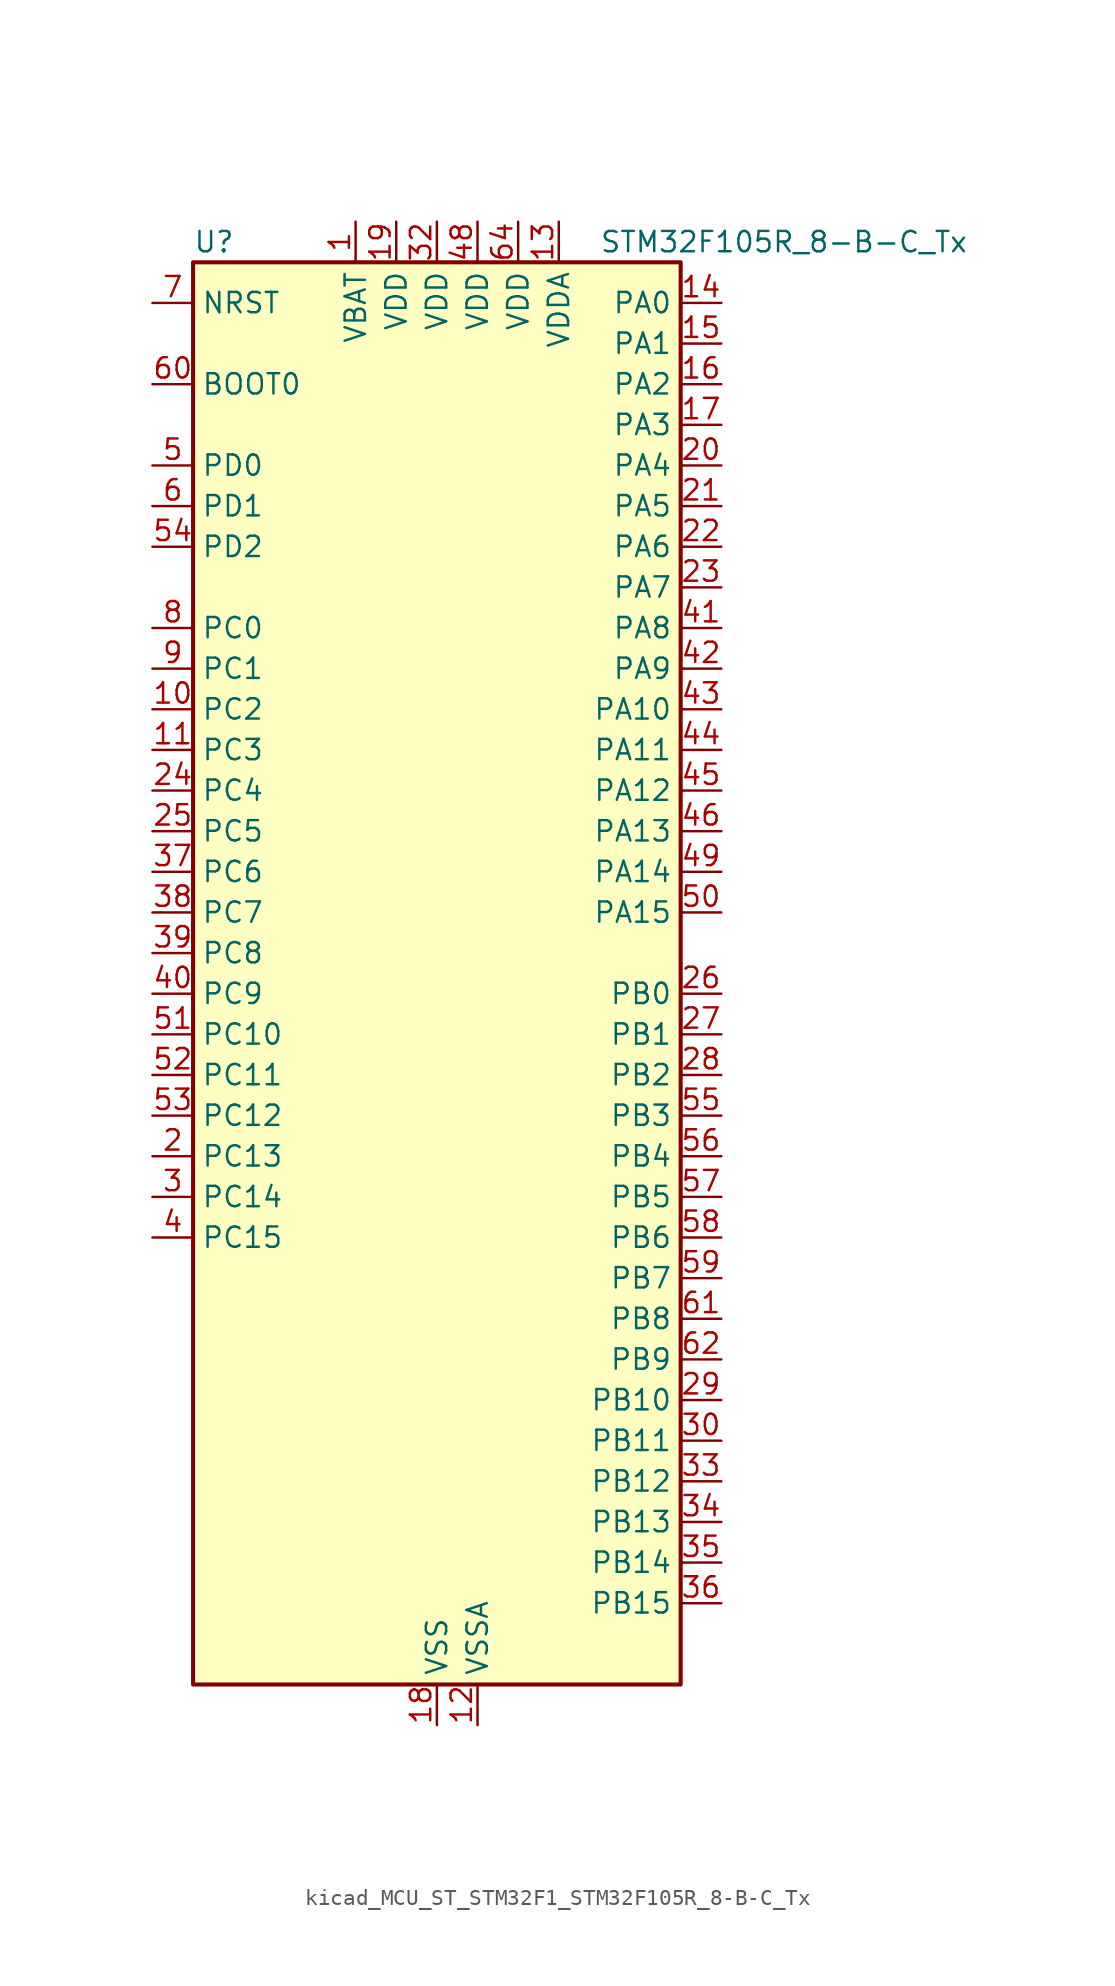
<source format=kicad_sym>
(kicad_symbol_lib
  (version 20220914)
  (generator kicad_symbol_editor)
  (symbol "kicad_MCU_ST_STM32F1_STM32F105R_8-B-C_Tx"
    (property "Reference" "U"
      (at -15.24 46.99 0)
      (effects (font (size 1.27 1.27)) (justify left)))
    (property "Value" "STM32F105R_8-B-C_Tx"
      (at 10.16 46.99 0)
      (effects (font (size 1.27 1.27)) (justify left)))
    (property "ki_locked" ""
      (at 0 0 0)
      (effects (font (size 1.27 1.27))))
    (symbol "kicad_MCU_ST_STM32F1_STM32F105R_8-B-C_Tx_0_1"
      (rectangle (start -15.24 -43.18) (end 15.24 45.72) (stroke (width 0.254) (type default)) (fill (type background))))
    (symbol "kicad_MCU_ST_STM32F1_STM32F105R_8-B-C_Tx_1_1"
      (pin power_in line (at -5.08 48.26 270) (length 2.54) (name "VBAT" (effects (font (size 1.27 1.27)))) (number "1" (effects (font (size 1.27 1.27)))))
      (pin bidirectional line (at -17.78 17.78 0) (length 2.54) (name "PC2" (effects (font (size 1.27 1.27)))) (number "10" (effects (font (size 1.27 1.27)))) (alternate "ADC1_IN12" bidirectional line) (alternate "ADC2_IN12" bidirectional line))
      (pin bidirectional line (at -17.78 15.24 0) (length 2.54) (name "PC3" (effects (font (size 1.27 1.27)))) (number "11" (effects (font (size 1.27 1.27)))) (alternate "ADC1_IN13" bidirectional line) (alternate "ADC2_IN13" bidirectional line))
      (pin power_in line (at 2.54 -45.72 90) (length 2.54) (name "VSSA" (effects (font (size 1.27 1.27)))) (number "12" (effects (font (size 1.27 1.27)))))
      (pin power_in line (at 7.62 48.26 270) (length 2.54) (name "VDDA" (effects (font (size 1.27 1.27)))) (number "13" (effects (font (size 1.27 1.27)))))
      (pin bidirectional line (at 17.78 43.18 180) (length 2.54) (name "PA0" (effects (font (size 1.27 1.27)))) (number "14" (effects (font (size 1.27 1.27)))) (alternate "ADC1_IN0" bidirectional line) (alternate "ADC2_IN0" bidirectional line) (alternate "SYS_WKUP" bidirectional line) (alternate "TIM2_CH1" bidirectional line) (alternate "TIM2_ETR" bidirectional line) (alternate "TIM5_CH1" bidirectional line) (alternate "USART2_CTS" bidirectional line))
      (pin bidirectional line (at 17.78 40.64 180) (length 2.54) (name "PA1" (effects (font (size 1.27 1.27)))) (number "15" (effects (font (size 1.27 1.27)))) (alternate "ADC1_IN1" bidirectional line) (alternate "ADC2_IN1" bidirectional line) (alternate "TIM2_CH2" bidirectional line) (alternate "TIM5_CH2" bidirectional line) (alternate "USART2_RTS" bidirectional line))
      (pin bidirectional line (at 17.78 38.1 180) (length 2.54) (name "PA2" (effects (font (size 1.27 1.27)))) (number "16" (effects (font (size 1.27 1.27)))) (alternate "ADC1_IN2" bidirectional line) (alternate "ADC2_IN2" bidirectional line) (alternate "TIM2_CH3" bidirectional line) (alternate "TIM5_CH3" bidirectional line) (alternate "USART2_TX" bidirectional line))
      (pin bidirectional line (at 17.78 35.56 180) (length 2.54) (name "PA3" (effects (font (size 1.27 1.27)))) (number "17" (effects (font (size 1.27 1.27)))) (alternate "ADC1_IN3" bidirectional line) (alternate "ADC2_IN3" bidirectional line) (alternate "TIM2_CH4" bidirectional line) (alternate "TIM5_CH4" bidirectional line) (alternate "USART2_RX" bidirectional line))
      (pin power_in line (at 0 -45.72 90) (length 2.54) (name "VSS" (effects (font (size 1.27 1.27)))) (number "18" (effects (font (size 1.27 1.27)))))
      (pin power_in line (at -2.54 48.26 270) (length 2.54) (name "VDD" (effects (font (size 1.27 1.27)))) (number "19" (effects (font (size 1.27 1.27)))))
      (pin bidirectional line (at -17.78 -10.16 0) (length 2.54) (name "PC13" (effects (font (size 1.27 1.27)))) (number "2" (effects (font (size 1.27 1.27)))) (alternate "RTC_OUT" bidirectional line) (alternate "RTC_TAMPER" bidirectional line))
      (pin bidirectional line (at 17.78 33.02 180) (length 2.54) (name "PA4" (effects (font (size 1.27 1.27)))) (number "20" (effects (font (size 1.27 1.27)))) (alternate "ADC1_IN4" bidirectional line) (alternate "ADC2_IN4" bidirectional line) (alternate "DAC_OUT1" bidirectional line) (alternate "I2S3_WS" bidirectional line) (alternate "SPI1_NSS" bidirectional line) (alternate "SPI3_NSS" bidirectional line) (alternate "USART2_CK" bidirectional line))
      (pin bidirectional line (at 17.78 30.48 180) (length 2.54) (name "PA5" (effects (font (size 1.27 1.27)))) (number "21" (effects (font (size 1.27 1.27)))) (alternate "ADC1_IN5" bidirectional line) (alternate "ADC2_IN5" bidirectional line) (alternate "DAC_OUT2" bidirectional line) (alternate "SPI1_SCK" bidirectional line))
      (pin bidirectional line (at 17.78 27.94 180) (length 2.54) (name "PA6" (effects (font (size 1.27 1.27)))) (number "22" (effects (font (size 1.27 1.27)))) (alternate "ADC1_IN6" bidirectional line) (alternate "ADC2_IN6" bidirectional line) (alternate "SPI1_MISO" bidirectional line) (alternate "TIM1_BKIN" bidirectional line) (alternate "TIM3_CH1" bidirectional line))
      (pin bidirectional line (at 17.78 25.4 180) (length 2.54) (name "PA7" (effects (font (size 1.27 1.27)))) (number "23" (effects (font (size 1.27 1.27)))) (alternate "ADC1_IN7" bidirectional line) (alternate "ADC2_IN7" bidirectional line) (alternate "SPI1_MOSI" bidirectional line) (alternate "TIM1_CH1N" bidirectional line) (alternate "TIM3_CH2" bidirectional line))
      (pin bidirectional line (at -17.78 12.7 0) (length 2.54) (name "PC4" (effects (font (size 1.27 1.27)))) (number "24" (effects (font (size 1.27 1.27)))) (alternate "ADC1_IN14" bidirectional line) (alternate "ADC2_IN14" bidirectional line))
      (pin bidirectional line (at -17.78 10.16 0) (length 2.54) (name "PC5" (effects (font (size 1.27 1.27)))) (number "25" (effects (font (size 1.27 1.27)))) (alternate "ADC1_IN15" bidirectional line) (alternate "ADC2_IN15" bidirectional line))
      (pin bidirectional line (at 17.78 0 180) (length 2.54) (name "PB0" (effects (font (size 1.27 1.27)))) (number "26" (effects (font (size 1.27 1.27)))) (alternate "ADC1_IN8" bidirectional line) (alternate "ADC2_IN8" bidirectional line) (alternate "TIM1_CH2N" bidirectional line) (alternate "TIM3_CH3" bidirectional line))
      (pin bidirectional line (at 17.78 -2.54 180) (length 2.54) (name "PB1" (effects (font (size 1.27 1.27)))) (number "27" (effects (font (size 1.27 1.27)))) (alternate "ADC1_IN9" bidirectional line) (alternate "ADC2_IN9" bidirectional line) (alternate "TIM1_CH3N" bidirectional line) (alternate "TIM3_CH4" bidirectional line))
      (pin bidirectional line (at 17.78 -5.08 180) (length 2.54) (name "PB2" (effects (font (size 1.27 1.27)))) (number "28" (effects (font (size 1.27 1.27)))))
      (pin bidirectional line (at 17.78 -25.4 180) (length 2.54) (name "PB10" (effects (font (size 1.27 1.27)))) (number "29" (effects (font (size 1.27 1.27)))) (alternate "I2C2_SCL" bidirectional line) (alternate "TIM2_CH3" bidirectional line) (alternate "USART3_TX" bidirectional line))
      (pin bidirectional line (at -17.78 -12.7 0) (length 2.54) (name "PC14" (effects (font (size 1.27 1.27)))) (number "3" (effects (font (size 1.27 1.27)))) (alternate "RCC_OSC32_IN" bidirectional line))
      (pin bidirectional line (at 17.78 -27.94 180) (length 2.54) (name "PB11" (effects (font (size 1.27 1.27)))) (number "30" (effects (font (size 1.27 1.27)))) (alternate "ADC1_EXTI11" bidirectional line) (alternate "ADC2_EXTI11" bidirectional line) (alternate "I2C2_SDA" bidirectional line) (alternate "TIM2_CH4" bidirectional line) (alternate "USART3_RX" bidirectional line))
      (pin passive line (at 0 -45.72 90) (length 2.54) hide (name "VSS" (effects (font (size 1.27 1.27)))) (number "31" (effects (font (size 1.27 1.27)))))
      (pin power_in line (at 0 48.26 270) (length 2.54) (name "VDD" (effects (font (size 1.27 1.27)))) (number "32" (effects (font (size 1.27 1.27)))))
      (pin bidirectional line (at 17.78 -30.48 180) (length 2.54) (name "PB12" (effects (font (size 1.27 1.27)))) (number "33" (effects (font (size 1.27 1.27)))) (alternate "CAN2_RX" bidirectional line) (alternate "I2C2_SMBA" bidirectional line) (alternate "I2S2_WS" bidirectional line) (alternate "SPI2_NSS" bidirectional line) (alternate "TIM1_BKIN" bidirectional line) (alternate "USART3_CK" bidirectional line))
      (pin bidirectional line (at 17.78 -33.02 180) (length 2.54) (name "PB13" (effects (font (size 1.27 1.27)))) (number "34" (effects (font (size 1.27 1.27)))) (alternate "CAN2_TX" bidirectional line) (alternate "I2S2_CK" bidirectional line) (alternate "SPI2_SCK" bidirectional line) (alternate "TIM1_CH1N" bidirectional line) (alternate "USART3_CTS" bidirectional line))
      (pin bidirectional line (at 17.78 -35.56 180) (length 2.54) (name "PB14" (effects (font (size 1.27 1.27)))) (number "35" (effects (font (size 1.27 1.27)))) (alternate "SPI2_MISO" bidirectional line) (alternate "TIM1_CH2N" bidirectional line) (alternate "USART3_RTS" bidirectional line))
      (pin bidirectional line (at 17.78 -38.1 180) (length 2.54) (name "PB15" (effects (font (size 1.27 1.27)))) (number "36" (effects (font (size 1.27 1.27)))) (alternate "ADC1_EXTI15" bidirectional line) (alternate "ADC2_EXTI15" bidirectional line) (alternate "I2S2_SD" bidirectional line) (alternate "SPI2_MOSI" bidirectional line) (alternate "TIM1_CH3N" bidirectional line))
      (pin bidirectional line (at -17.78 7.62 0) (length 2.54) (name "PC6" (effects (font (size 1.27 1.27)))) (number "37" (effects (font (size 1.27 1.27)))) (alternate "I2S2_MCK" bidirectional line) (alternate "TIM3_CH1" bidirectional line))
      (pin bidirectional line (at -17.78 5.08 0) (length 2.54) (name "PC7" (effects (font (size 1.27 1.27)))) (number "38" (effects (font (size 1.27 1.27)))) (alternate "I2S3_MCK" bidirectional line) (alternate "TIM3_CH2" bidirectional line))
      (pin bidirectional line (at -17.78 2.54 0) (length 2.54) (name "PC8" (effects (font (size 1.27 1.27)))) (number "39" (effects (font (size 1.27 1.27)))) (alternate "TIM3_CH3" bidirectional line))
      (pin bidirectional line (at -17.78 -15.24 0) (length 2.54) (name "PC15" (effects (font (size 1.27 1.27)))) (number "4" (effects (font (size 1.27 1.27)))) (alternate "ADC1_EXTI15" bidirectional line) (alternate "ADC2_EXTI15" bidirectional line) (alternate "RCC_OSC32_OUT" bidirectional line))
      (pin bidirectional line (at -17.78 0 0) (length 2.54) (name "PC9" (effects (font (size 1.27 1.27)))) (number "40" (effects (font (size 1.27 1.27)))) (alternate "DAC_EXTI9" bidirectional line) (alternate "TIM3_CH4" bidirectional line))
      (pin bidirectional line (at 17.78 22.86 180) (length 2.54) (name "PA8" (effects (font (size 1.27 1.27)))) (number "41" (effects (font (size 1.27 1.27)))) (alternate "RCC_MCO" bidirectional line) (alternate "TIM1_CH1" bidirectional line) (alternate "USART1_CK" bidirectional line) (alternate "USB_OTG_FS_SOF" bidirectional line))
      (pin bidirectional line (at 17.78 20.32 180) (length 2.54) (name "PA9" (effects (font (size 1.27 1.27)))) (number "42" (effects (font (size 1.27 1.27)))) (alternate "DAC_EXTI9" bidirectional line) (alternate "TIM1_CH2" bidirectional line) (alternate "USART1_TX" bidirectional line) (alternate "USB_OTG_FS_VBUS" bidirectional line))
      (pin bidirectional line (at 17.78 17.78 180) (length 2.54) (name "PA10" (effects (font (size 1.27 1.27)))) (number "43" (effects (font (size 1.27 1.27)))) (alternate "TIM1_CH3" bidirectional line) (alternate "USART1_RX" bidirectional line) (alternate "USB_OTG_FS_ID" bidirectional line))
      (pin bidirectional line (at 17.78 15.24 180) (length 2.54) (name "PA11" (effects (font (size 1.27 1.27)))) (number "44" (effects (font (size 1.27 1.27)))) (alternate "ADC1_EXTI11" bidirectional line) (alternate "ADC2_EXTI11" bidirectional line) (alternate "CAN1_RX" bidirectional line) (alternate "TIM1_CH4" bidirectional line) (alternate "USART1_CTS" bidirectional line) (alternate "USB_OTG_FS_DM" bidirectional line))
      (pin bidirectional line (at 17.78 12.7 180) (length 2.54) (name "PA12" (effects (font (size 1.27 1.27)))) (number "45" (effects (font (size 1.27 1.27)))) (alternate "CAN1_TX" bidirectional line) (alternate "TIM1_ETR" bidirectional line) (alternate "USART1_RTS" bidirectional line) (alternate "USB_OTG_FS_DP" bidirectional line))
      (pin bidirectional line (at 17.78 10.16 180) (length 2.54) (name "PA13" (effects (font (size 1.27 1.27)))) (number "46" (effects (font (size 1.27 1.27)))) (alternate "SYS_JTMS-SWDIO" bidirectional line))
      (pin passive line (at 0 -45.72 90) (length 2.54) hide (name "VSS" (effects (font (size 1.27 1.27)))) (number "47" (effects (font (size 1.27 1.27)))))
      (pin power_in line (at 2.54 48.26 270) (length 2.54) (name "VDD" (effects (font (size 1.27 1.27)))) (number "48" (effects (font (size 1.27 1.27)))))
      (pin bidirectional line (at 17.78 7.62 180) (length 2.54) (name "PA14" (effects (font (size 1.27 1.27)))) (number "49" (effects (font (size 1.27 1.27)))) (alternate "SYS_JTCK-SWCLK" bidirectional line))
      (pin bidirectional line (at -17.78 33.02 0) (length 2.54) (name "PD0" (effects (font (size 1.27 1.27)))) (number "5" (effects (font (size 1.27 1.27)))) (alternate "RCC_OSC_IN" bidirectional line))
      (pin bidirectional line (at 17.78 5.08 180) (length 2.54) (name "PA15" (effects (font (size 1.27 1.27)))) (number "50" (effects (font (size 1.27 1.27)))) (alternate "ADC1_EXTI15" bidirectional line) (alternate "ADC2_EXTI15" bidirectional line) (alternate "I2S3_WS" bidirectional line) (alternate "SPI1_NSS" bidirectional line) (alternate "SPI3_NSS" bidirectional line) (alternate "SYS_JTDI" bidirectional line) (alternate "TIM2_CH1" bidirectional line) (alternate "TIM2_ETR" bidirectional line))
      (pin bidirectional line (at -17.78 -2.54 0) (length 2.54) (name "PC10" (effects (font (size 1.27 1.27)))) (number "51" (effects (font (size 1.27 1.27)))) (alternate "I2S3_CK" bidirectional line) (alternate "SPI3_SCK" bidirectional line) (alternate "UART4_TX" bidirectional line) (alternate "USART3_TX" bidirectional line))
      (pin bidirectional line (at -17.78 -5.08 0) (length 2.54) (name "PC11" (effects (font (size 1.27 1.27)))) (number "52" (effects (font (size 1.27 1.27)))) (alternate "ADC1_EXTI11" bidirectional line) (alternate "ADC2_EXTI11" bidirectional line) (alternate "SPI3_MISO" bidirectional line) (alternate "UART4_RX" bidirectional line) (alternate "USART3_RX" bidirectional line))
      (pin bidirectional line (at -17.78 -7.62 0) (length 2.54) (name "PC12" (effects (font (size 1.27 1.27)))) (number "53" (effects (font (size 1.27 1.27)))) (alternate "I2S3_SD" bidirectional line) (alternate "SPI3_MOSI" bidirectional line) (alternate "UART5_TX" bidirectional line) (alternate "USART3_CK" bidirectional line))
      (pin bidirectional line (at -17.78 27.94 0) (length 2.54) (name "PD2" (effects (font (size 1.27 1.27)))) (number "54" (effects (font (size 1.27 1.27)))) (alternate "TIM3_ETR" bidirectional line) (alternate "UART5_RX" bidirectional line))
      (pin bidirectional line (at 17.78 -7.62 180) (length 2.54) (name "PB3" (effects (font (size 1.27 1.27)))) (number "55" (effects (font (size 1.27 1.27)))) (alternate "I2S3_CK" bidirectional line) (alternate "SPI1_SCK" bidirectional line) (alternate "SPI3_SCK" bidirectional line) (alternate "SYS_JTDO" bidirectional line) (alternate "SYS_TRACESWO" bidirectional line) (alternate "TIM2_CH2" bidirectional line))
      (pin bidirectional line (at 17.78 -10.16 180) (length 2.54) (name "PB4" (effects (font (size 1.27 1.27)))) (number "56" (effects (font (size 1.27 1.27)))) (alternate "SPI1_MISO" bidirectional line) (alternate "SPI3_MISO" bidirectional line) (alternate "SYS_NJTRST" bidirectional line) (alternate "TIM3_CH1" bidirectional line))
      (pin bidirectional line (at 17.78 -12.7 180) (length 2.54) (name "PB5" (effects (font (size 1.27 1.27)))) (number "57" (effects (font (size 1.27 1.27)))) (alternate "CAN2_RX" bidirectional line) (alternate "I2C1_SMBA" bidirectional line) (alternate "I2S3_SD" bidirectional line) (alternate "SPI1_MOSI" bidirectional line) (alternate "SPI3_MOSI" bidirectional line) (alternate "TIM3_CH2" bidirectional line))
      (pin bidirectional line (at 17.78 -15.24 180) (length 2.54) (name "PB6" (effects (font (size 1.27 1.27)))) (number "58" (effects (font (size 1.27 1.27)))) (alternate "CAN2_TX" bidirectional line) (alternate "I2C1_SCL" bidirectional line) (alternate "TIM4_CH1" bidirectional line) (alternate "USART1_TX" bidirectional line))
      (pin bidirectional line (at 17.78 -17.78 180) (length 2.54) (name "PB7" (effects (font (size 1.27 1.27)))) (number "59" (effects (font (size 1.27 1.27)))) (alternate "I2C1_SDA" bidirectional line) (alternate "TIM4_CH2" bidirectional line) (alternate "USART1_RX" bidirectional line))
      (pin bidirectional line (at -17.78 30.48 0) (length 2.54) (name "PD1" (effects (font (size 1.27 1.27)))) (number "6" (effects (font (size 1.27 1.27)))) (alternate "RCC_OSC_OUT" bidirectional line))
      (pin input line (at -17.78 38.1 0) (length 2.54) (name "BOOT0" (effects (font (size 1.27 1.27)))) (number "60" (effects (font (size 1.27 1.27)))))
      (pin bidirectional line (at 17.78 -20.32 180) (length 2.54) (name "PB8" (effects (font (size 1.27 1.27)))) (number "61" (effects (font (size 1.27 1.27)))) (alternate "CAN1_RX" bidirectional line) (alternate "I2C1_SCL" bidirectional line) (alternate "TIM4_CH3" bidirectional line))
      (pin bidirectional line (at 17.78 -22.86 180) (length 2.54) (name "PB9" (effects (font (size 1.27 1.27)))) (number "62" (effects (font (size 1.27 1.27)))) (alternate "CAN1_TX" bidirectional line) (alternate "DAC_EXTI9" bidirectional line) (alternate "I2C1_SDA" bidirectional line) (alternate "TIM4_CH4" bidirectional line))
      (pin passive line (at 0 -45.72 90) (length 2.54) hide (name "VSS" (effects (font (size 1.27 1.27)))) (number "63" (effects (font (size 1.27 1.27)))))
      (pin power_in line (at 5.08 48.26 270) (length 2.54) (name "VDD" (effects (font (size 1.27 1.27)))) (number "64" (effects (font (size 1.27 1.27)))))
      (pin input line (at -17.78 43.18 0) (length 2.54) (name "NRST" (effects (font (size 1.27 1.27)))) (number "7" (effects (font (size 1.27 1.27)))))
      (pin bidirectional line (at -17.78 22.86 0) (length 2.54) (name "PC0" (effects (font (size 1.27 1.27)))) (number "8" (effects (font (size 1.27 1.27)))) (alternate "ADC1_IN10" bidirectional line) (alternate "ADC2_IN10" bidirectional line))
      (pin bidirectional line (at -17.78 20.32 0) (length 2.54) (name "PC1" (effects (font (size 1.27 1.27)))) (number "9" (effects (font (size 1.27 1.27)))) (alternate "ADC1_IN11" bidirectional line) (alternate "ADC2_IN11" bidirectional line)))))
</source>
